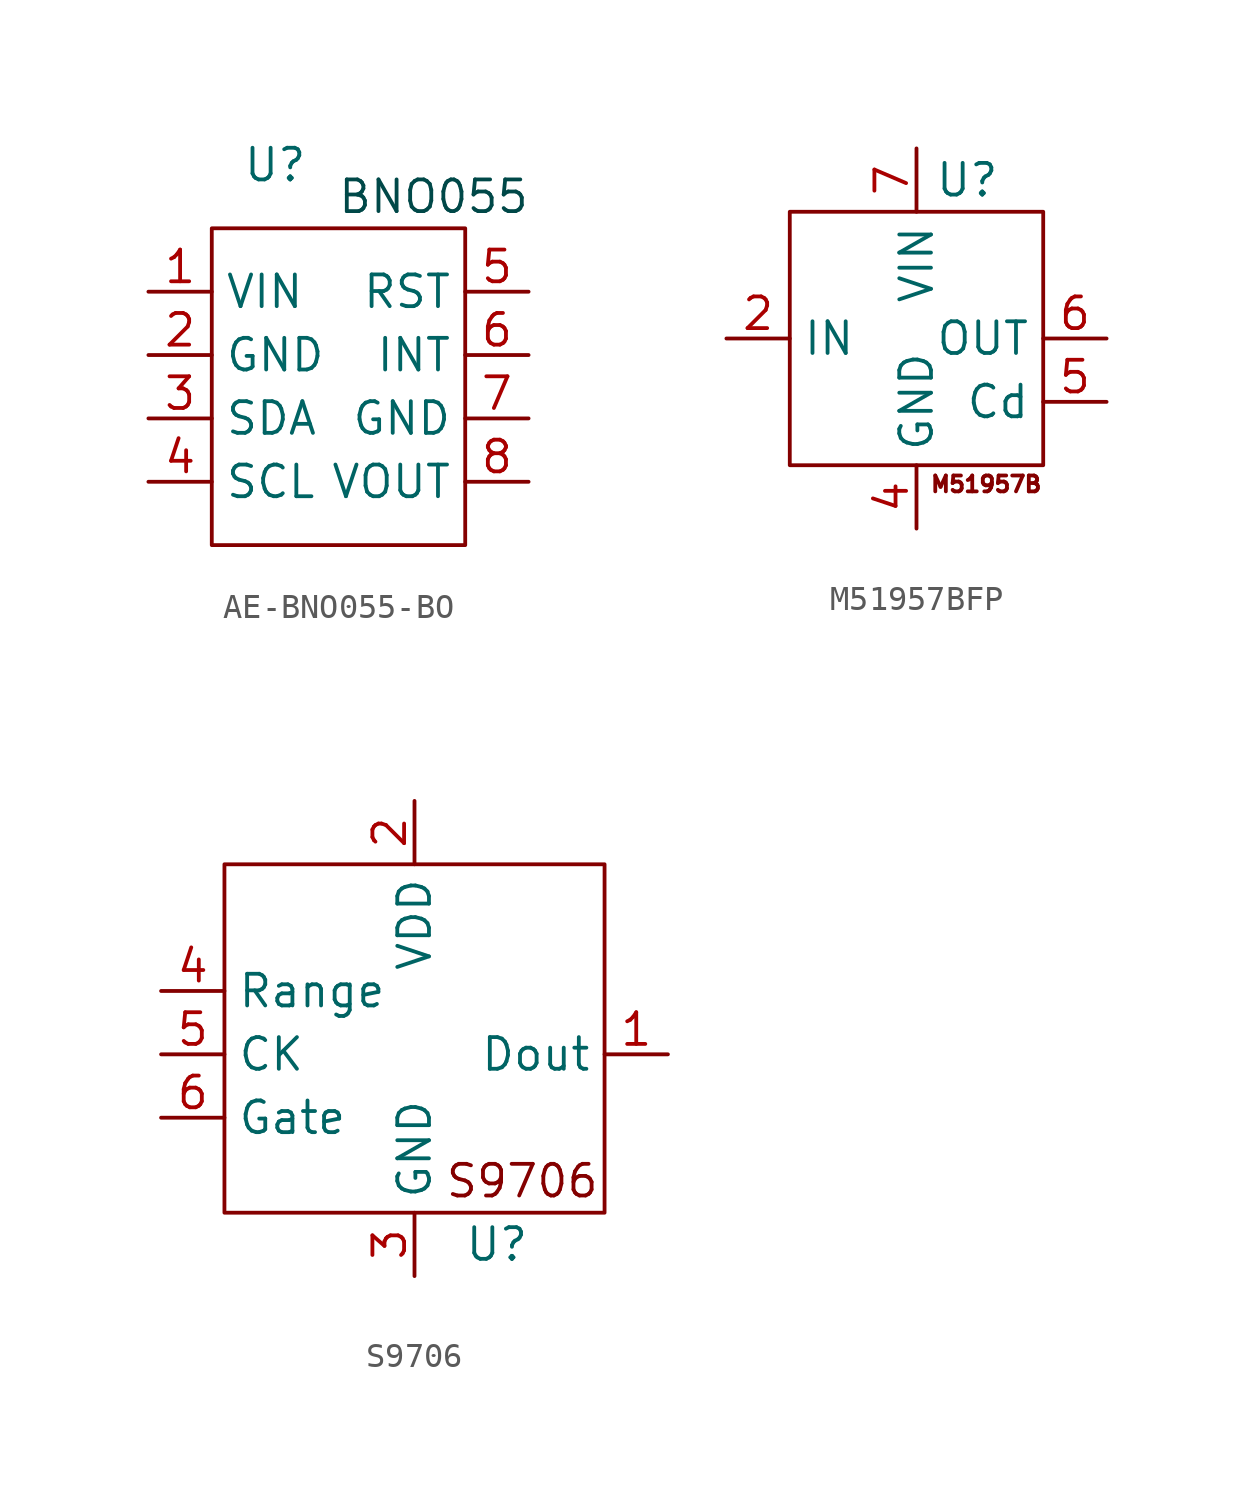
<source format=kicad_sym>
(kicad_symbol_lib
  (version 20241209)
  (generator "kicad_symbol_editor")
  (generator_version "9.0")
  (symbol "AE-BNO055-BO"
    (property "Reference" "U"
      (at -2.54 10.16 0)
      (effects (font (size 1.27 1.27))))
    (property "Value" ""
      (at -2.54 1.27 0)
      (effects (font (size 1.27 1.27))))
    (symbol "AE-BNO055-BO_0_1"
      (rectangle (start -5.08 7.62) (end 5.08 -5.08) (stroke (width 0) (type default)) (fill (type none))))
    (symbol "AE-BNO055-BO_1_1"
      (text "BNO055" (at 3.81 8.89 0) (effects (font (size 1.27 1.27) (color 0 72 72 1))))
      (pin passive line (at -7.62 5.08 0) (length 2.54) (name "VIN" (effects (font (size 1.27 1.27)))) (number "1" (effects (font (size 1.27 1.27)))))
      (pin passive line (at -7.62 2.54 0) (length 2.54) (name "GND" (effects (font (size 1.27 1.27)))) (number "2" (effects (font (size 1.27 1.27)))))
      (pin passive line (at -7.62 0 0) (length 2.54) (name "SDA" (effects (font (size 1.27 1.27)))) (number "3" (effects (font (size 1.27 1.27)))))
      (pin passive line (at -7.62 -2.54 0) (length 2.54) (name "SCL" (effects (font (size 1.27 1.27)))) (number "4" (effects (font (size 1.27 1.27)))))
      (pin passive line (at 7.62 5.08 180) (length 2.54) (name "RST" (effects (font (size 1.27 1.27)))) (number "5" (effects (font (size 1.27 1.27)))))
      (pin passive line (at 7.62 2.54 180) (length 2.54) (name "INT" (effects (font (size 1.27 1.27)))) (number "6" (effects (font (size 1.27 1.27)))))
      (pin passive line (at 7.62 0 180) (length 2.54) (name "GND" (effects (font (size 1.27 1.27)))) (number "7" (effects (font (size 1.27 1.27)))))
      (pin passive line (at 7.62 -2.54 180) (length 2.54) (name "VOUT" (effects (font (size 1.27 1.27)))) (number "8" (effects (font (size 1.27 1.27)))))))
  (symbol "M51957BFP"
    (property "Reference" "U"
      (at 2.032 6.35 0)
      (effects (font (size 1.27 1.27))))
    (property "Value" ""
      (at 0 0 0)
      (effects (font (size 1.27 1.27))))
    (symbol "M51957BFP_0_1"
      (rectangle (start -5.08 5.08) (end 5.08 -5.08) (stroke (width 0) (type default)) (fill (type none))))
    (symbol "M51957BFP_1_1"
      (text "M51957B" (at 2.794 -5.842 0) (effects (font (size 0.635 0.635))))
      (pin input line (at -7.62 0 0) (length 2.54) (name "IN" (effects (font (size 1.27 1.27)))) (number "2" (effects (font (size 1.27 1.27)))))
      (pin power_in line (at 0 7.62 270) (length 2.54) (name "VIN" (effects (font (size 1.27 1.27)))) (number "7" (effects (font (size 1.27 1.27)))))
      (pin power_in line (at 0 -7.62 90) (length 2.54) (name "GND" (effects (font (size 1.27 1.27)))) (number "4" (effects (font (size 1.27 1.27)))))
      (pin input line (at 7.62 0 180) (length 2.54) (name "OUT" (effects (font (size 1.27 1.27)))) (number "6" (effects (font (size 1.27 1.27)))))
      (pin input line (at 7.62 -2.54 180) (length 2.54) (name "Cd" (effects (font (size 1.27 1.27)))) (number "5" (effects (font (size 1.27 1.27)))))))
  (symbol "S9706"
    (property "Reference" "U"
      (at 3.302 -7.62 0)
      (effects (font (size 1.27 1.27))))
    (property "Value" ""
      (at -2.54 -2.54 0)
      (effects (font (size 1.27 1.27))))
    (symbol "S9706_0_1"
      (rectangle (start -7.62 7.62) (end 7.62 -6.35) (stroke (width 0) (type default)) (fill (type none))))
    (symbol "S9706_1_1"
      (text "S9706" (at 4.318 -5.08 0) (effects (font (size 1.27 1.27))))
      (pin input line (at -10.16 2.54 0) (length 2.54) (name "Range" (effects (font (size 1.27 1.27)))) (number "4" (effects (font (size 1.27 1.27)))))
      (pin input line (at -10.16 0 0) (length 2.54) (name "CK" (effects (font (size 1.27 1.27)))) (number "5" (effects (font (size 1.27 1.27)))))
      (pin input line (at -10.16 -2.54 0) (length 2.54) (name "Gate" (effects (font (size 1.27 1.27)))) (number "6" (effects (font (size 1.27 1.27)))))
      (pin power_in line (at 0 10.16 270) (length 2.54) (name "VDD" (effects (font (size 1.27 1.27)))) (number "2" (effects (font (size 1.27 1.27)))))
      (pin power_in line (at 0 -8.89 90) (length 2.54) (name "GND" (effects (font (size 1.27 1.27)))) (number "3" (effects (font (size 1.27 1.27)))))
      (pin output line (at 10.16 0 180) (length 2.54) (name "Dout" (effects (font (size 1.27 1.27)))) (number "1" (effects (font (size 1.27 1.27))))))))
</source>
